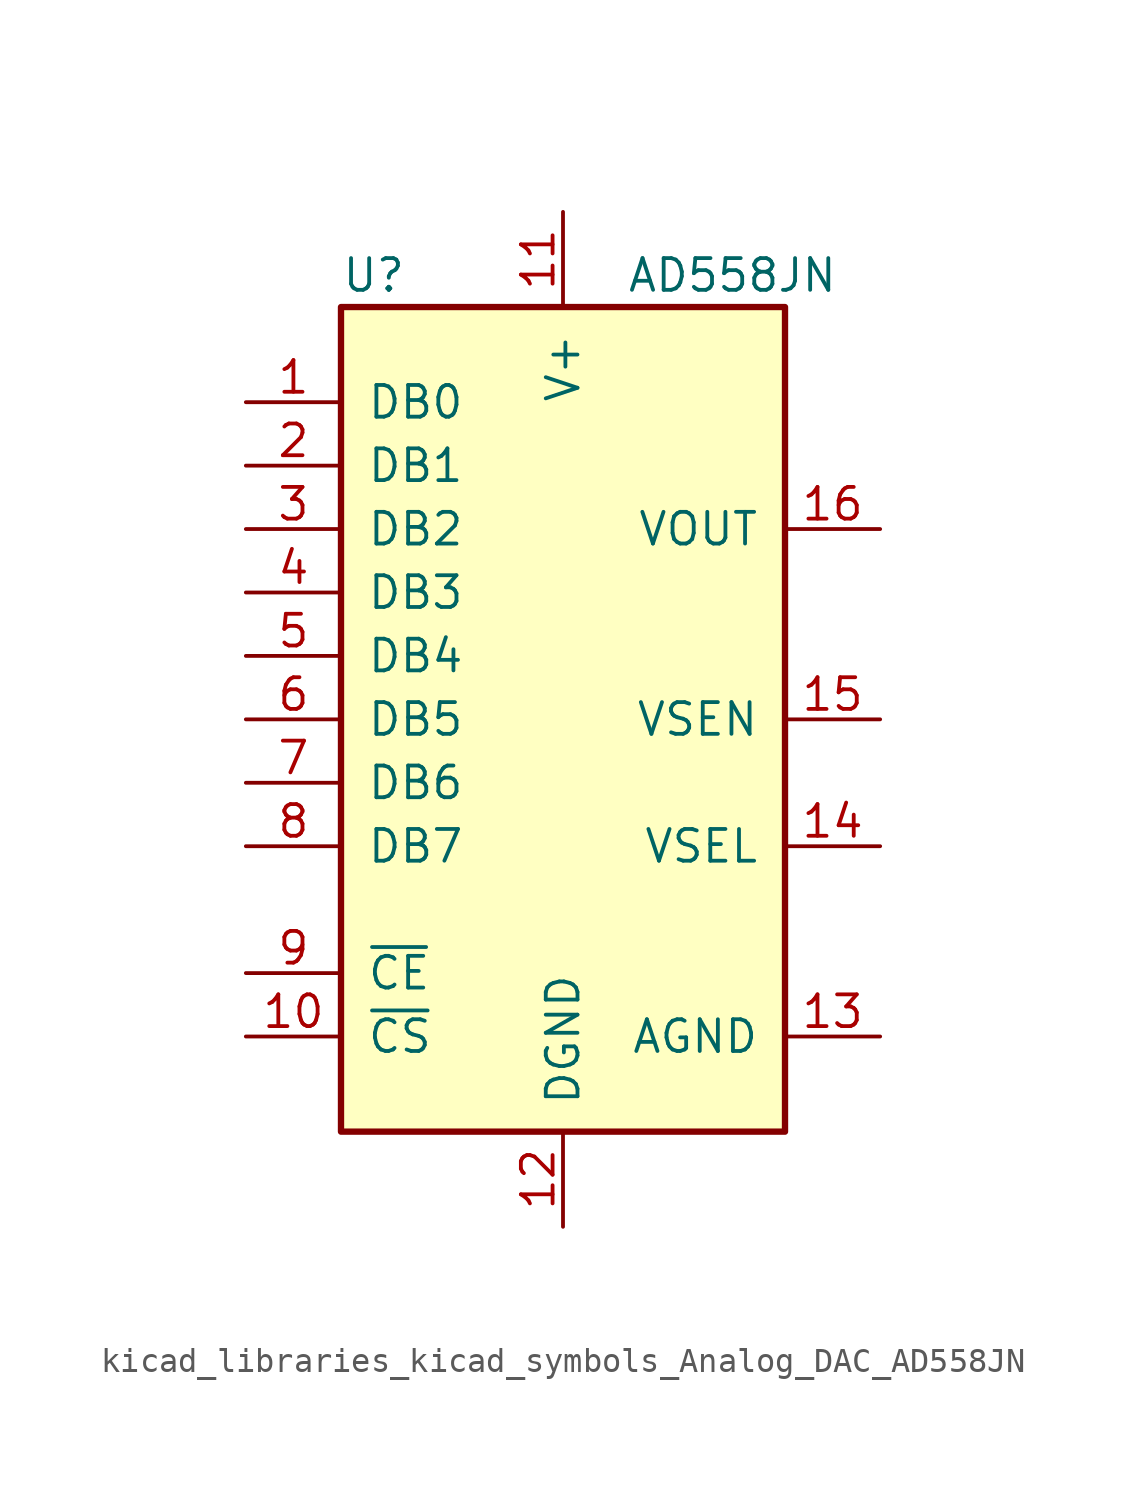
<source format=kicad_sym>
(kicad_symbol_lib
  (version 20220914)
  (generator kicad_symbol_editor)
  (symbol "kicad_libraries_kicad_symbols_Analog_DAC_AD558JN"
    (pin_names
      (offset 1.016))
    (property "Reference" "U"
      (at -8.89 17.78 0)
      (effects (font (size 1.27 1.27)) (justify left)))
    (property "Value" "AD558JN"
      (at 2.54 17.78 0)
      (effects (font (size 1.27 1.27)) (justify left)))
    (symbol "kicad_libraries_kicad_symbols_Analog_DAC_AD558JN_0_1"
      (rectangle (start -8.89 -16.51) (end 8.89 16.51) (stroke (width 0.254) (type default)) (fill (type background))))
    (symbol "kicad_libraries_kicad_symbols_Analog_DAC_AD558JN_1_1"
      (pin input line (at -12.7 12.7 0) (length 3.81) (name "DB0" (effects (font (size 1.27 1.27)))) (number "1" (effects (font (size 1.27 1.27)))))
      (pin input line (at -12.7 -12.7 0) (length 3.81) (name "~{CS}" (effects (font (size 1.27 1.27)))) (number "10" (effects (font (size 1.27 1.27)))))
      (pin power_in line (at 0 20.32 270) (length 3.81) (name "V+" (effects (font (size 1.27 1.27)))) (number "11" (effects (font (size 1.27 1.27)))))
      (pin power_in line (at 0 -20.32 90) (length 3.81) (name "DGND" (effects (font (size 1.27 1.27)))) (number "12" (effects (font (size 1.27 1.27)))))
      (pin power_in line (at 12.7 -12.7 180) (length 3.81) (name "AGND" (effects (font (size 1.27 1.27)))) (number "13" (effects (font (size 1.27 1.27)))))
      (pin input line (at 12.7 -5.08 180) (length 3.81) (name "VSEL" (effects (font (size 1.27 1.27)))) (number "14" (effects (font (size 1.27 1.27)))))
      (pin input line (at 12.7 0 180) (length 3.81) (name "VSEN" (effects (font (size 1.27 1.27)))) (number "15" (effects (font (size 1.27 1.27)))))
      (pin output line (at 12.7 7.62 180) (length 3.81) (name "VOUT" (effects (font (size 1.27 1.27)))) (number "16" (effects (font (size 1.27 1.27)))))
      (pin input line (at -12.7 10.16 0) (length 3.81) (name "DB1" (effects (font (size 1.27 1.27)))) (number "2" (effects (font (size 1.27 1.27)))))
      (pin input line (at -12.7 7.62 0) (length 3.81) (name "DB2" (effects (font (size 1.27 1.27)))) (number "3" (effects (font (size 1.27 1.27)))))
      (pin input line (at -12.7 5.08 0) (length 3.81) (name "DB3" (effects (font (size 1.27 1.27)))) (number "4" (effects (font (size 1.27 1.27)))))
      (pin input line (at -12.7 2.54 0) (length 3.81) (name "DB4" (effects (font (size 1.27 1.27)))) (number "5" (effects (font (size 1.27 1.27)))))
      (pin input line (at -12.7 0 0) (length 3.81) (name "DB5" (effects (font (size 1.27 1.27)))) (number "6" (effects (font (size 1.27 1.27)))))
      (pin input line (at -12.7 -2.54 0) (length 3.81) (name "DB6" (effects (font (size 1.27 1.27)))) (number "7" (effects (font (size 1.27 1.27)))))
      (pin input line (at -12.7 -5.08 0) (length 3.81) (name "DB7" (effects (font (size 1.27 1.27)))) (number "8" (effects (font (size 1.27 1.27)))))
      (pin input line (at -12.7 -10.16 0) (length 3.81) (name "~{CE}" (effects (font (size 1.27 1.27)))) (number "9" (effects (font (size 1.27 1.27))))))))
</source>
